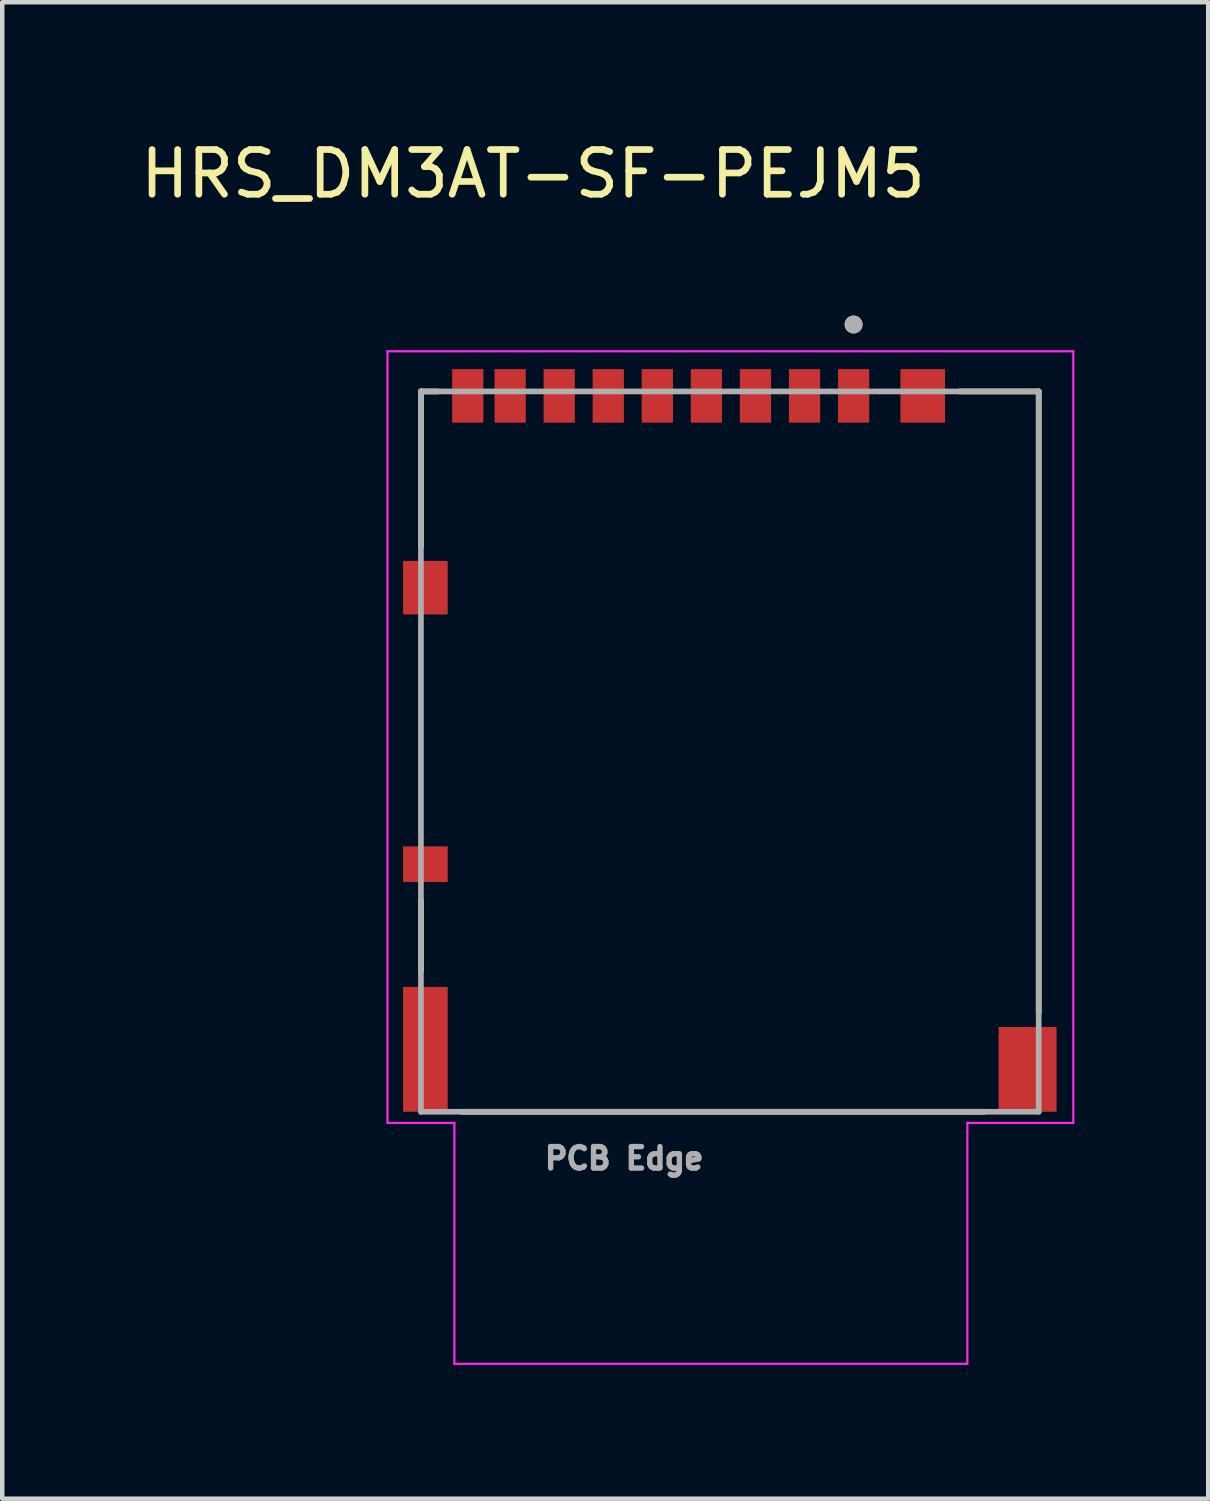
<source format=kicad_pcb>
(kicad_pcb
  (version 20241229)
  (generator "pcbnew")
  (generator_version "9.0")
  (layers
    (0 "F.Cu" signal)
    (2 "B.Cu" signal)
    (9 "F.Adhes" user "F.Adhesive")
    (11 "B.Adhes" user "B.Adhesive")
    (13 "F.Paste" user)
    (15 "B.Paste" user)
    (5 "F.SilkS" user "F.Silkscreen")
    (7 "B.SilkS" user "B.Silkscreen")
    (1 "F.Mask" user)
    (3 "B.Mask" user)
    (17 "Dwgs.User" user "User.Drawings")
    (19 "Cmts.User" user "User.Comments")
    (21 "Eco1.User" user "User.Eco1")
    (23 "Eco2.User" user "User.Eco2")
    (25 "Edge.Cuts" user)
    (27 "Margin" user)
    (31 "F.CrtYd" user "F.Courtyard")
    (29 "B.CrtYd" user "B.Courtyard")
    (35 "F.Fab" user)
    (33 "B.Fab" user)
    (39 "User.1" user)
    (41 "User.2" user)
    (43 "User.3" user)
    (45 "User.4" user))
  (footprint "HRS_DM3AT-SF-PEJM5"
    (layer "F.Cu")
    (at 13.312 13.8)
    (property "Reference" "HRS_DM3AT-SF-PEJM5" (at -4.412 -12.951 0) (layer "F.SilkS") (effects (font (size 1.002 1.002) (thickness 0.15))))
    (attr smd)
    (fp_line (start -6.925 -8.075) (end -6.545 -8.075) (stroke (width 0.127) (type solid)) (layer "F.SilkS"))
    (fp_line (start -6.925 -4.595) (end -6.925 -8.075) (stroke (width 0.127) (type solid)) (layer "F.SilkS"))
    (fp_line (start -6.925 4.925) (end -6.925 3.325) (stroke (width 0.127) (type solid)) (layer "F.SilkS"))
    (fp_line (start -6.005 8.075) (end 5.705 8.075) (stroke (width 0.127) (type solid)) (layer "F.SilkS"))
    (fp_line (start 5.145 -8.075) (end 6.925 -8.075) (stroke (width 0.127) (type solid)) (layer "F.SilkS"))
    (fp_line (start 6.925 -8.075) (end 6.925 5.855) (stroke (width 0.127) (type solid)) (layer "F.SilkS"))
    (fp_circle (center 2.775 -9.575) (end 2.875 -9.575) (stroke (width 0.2) (type solid)) (fill no) (layer "F.SilkS"))
    (fp_line (start -7.675 -8.975) (end 7.7 -8.975) (stroke (width 0.05) (type solid)) (layer "F.CrtYd"))
    (fp_line (start -7.675 8.325) (end -7.675 -8.975) (stroke (width 0.05) (type solid)) (layer "F.CrtYd"))
    (fp_line (start -6.175 8.325) (end -7.675 8.325) (stroke (width 0.05) (type solid)) (layer "F.CrtYd"))
    (fp_line (start -6.175 13.725) (end -6.175 8.325) (stroke (width 0.05) (type solid)) (layer "F.CrtYd"))
    (fp_line (start 5.325 8.325) (end 5.325 13.725) (stroke (width 0.05) (type solid)) (layer "F.CrtYd"))
    (fp_line (start 5.325 13.725) (end -6.175 13.725) (stroke (width 0.05) (type solid)) (layer "F.CrtYd"))
    (fp_line (start 7.7 -8.975) (end 7.7 8.325) (stroke (width 0.05) (type solid)) (layer "F.CrtYd"))
    (fp_line (start 7.7 8.325) (end 5.325 8.325) (stroke (width 0.05) (type solid)) (layer "F.CrtYd"))
    (fp_line (start -6.925 -8.075) (end 6.925 -8.075) (stroke (width 0.127) (type solid)) (layer "F.Fab"))
    (fp_line (start -6.925 8.075) (end -6.925 -8.075) (stroke (width 0.127) (type solid)) (layer "F.Fab"))
    (fp_line (start 6.925 -8.075) (end 6.925 8.075) (stroke (width 0.127) (type solid)) (layer "F.Fab"))
    (fp_line (start 6.925 8.075) (end -6.925 8.075) (stroke (width 0.127) (type solid)) (layer "F.Fab"))
    (fp_circle (center 2.775 -9.575) (end 2.875 -9.575) (stroke (width 0.2) (type solid)) (fill no) (layer "F.Fab"))
    (fp_text user "PCB Edge" (at -2.368 9.12 0) (layer "F.Fab") (effects (font (size 0.481 0.481) (thickness 0.15))))
    (pad "1" smd rect (at 2.775 -7.975) (size 0.7 1.2) (layers "F.Cu" "F.Mask" "F.Paste"))
    (pad "2" smd rect (at 1.675 -7.975) (size 0.7 1.2) (layers "F.Cu" "F.Mask" "F.Paste"))
    (pad "3" smd rect (at 0.575 -7.975) (size 0.7 1.2) (layers "F.Cu" "F.Mask" "F.Paste"))
    (pad "4" smd rect (at -0.525 -7.975) (size 0.7 1.2) (layers "F.Cu" "F.Mask" "F.Paste"))
    (pad "5" smd rect (at -1.625 -7.975) (size 0.7 1.2) (layers "F.Cu" "F.Mask" "F.Paste"))
    (pad "6" smd rect (at -2.725 -7.975) (size 0.7 1.2) (layers "F.Cu" "F.Mask" "F.Paste"))
    (pad "7" smd rect (at -3.825 -7.975) (size 0.7 1.2) (layers "F.Cu" "F.Mask" "F.Paste"))
    (pad "8" smd rect (at -4.925 -7.975) (size 0.7 1.2) (layers "F.Cu" "F.Mask" "F.Paste"))
    (pad "P1" smd rect (at -6.825 -3.675) (size 1 1.2) (layers "F.Cu" "F.Mask" "F.Paste"))
    (pad "P2" smd rect (at -6.825 6.675) (size 1 2.8) (layers "F.Cu" "F.Mask" "F.Paste"))
    (pad "P3" smd rect (at 6.675 7.125) (size 1.3 1.9) (layers "F.Cu" "F.Mask" "F.Paste"))
    (pad "P4" smd rect (at 4.325 -7.975) (size 1 1.2) (layers "F.Cu" "F.Mask" "F.Paste"))
    (pad "SWA" smd rect (at -6.825 2.525) (size 1 0.8) (layers "F.Cu" "F.Mask" "F.Paste"))
    (pad "SWB" smd rect (at -5.875 -7.975) (size 0.7 1.2) (layers "F.Cu" "F.Mask" "F.Paste"))
    (zone (net_name "") (layer "F.Cu") (hatch full 0.508) (connect_pads) (min_thickness 0.01) (filled_areas_thickness no) (keepout (tracks not_allowed) (vias not_allowed) (pads not_allowed) (copperpour not_allowed) (footprints allowed)) (placement (enabled no)) (fill) (polygon (pts (xy 6.087 6.275) (xy 6.837 6.275) (xy 6.837 9.525) (xy 6.087 9.525))))
    (zone (net_name "") (layer "F.Cu") (hatch full 0.508) (connect_pads) (min_thickness 0.01) (filled_areas_thickness no) (keepout (tracks not_allowed) (vias not_allowed) (pads not_allowed) (copperpour not_allowed) (footprints allowed)) (placement (enabled no)) (fill) (polygon (pts (xy 6.087 10.725) (xy 6.837 10.725) (xy 6.837 14.325) (xy 6.087 14.325))))
    (zone (net_name "") (layer "F.Cu") (hatch full 0.508) (connect_pads) (min_thickness 0.01) (filled_areas_thickness no) (keepout (tracks not_allowed) (vias not_allowed) (pads not_allowed) (copperpour not_allowed) (footprints allowed)) (placement (enabled no)) (fill) (polygon (pts (xy 7.187 12.125) (xy 7.887 12.125) (xy 7.887 19.725) (xy 7.187 19.725))))
    (zone (net_name "") (layer "F.Cu") (hatch full 0.508) (connect_pads) (min_thickness 0.01) (filled_areas_thickness no) (keepout (tracks not_allowed) (vias not_allowed) (pads not_allowed) (copperpour not_allowed) (footprints allowed)) (placement (enabled no)) (fill) (polygon (pts (xy 7.887 10.825) (xy 16.587 10.825) (xy 16.587 12.425) (xy 7.887 12.425))))
    (zone (net_name "") (layer "F.Cu") (hatch full 0.508) (connect_pads) (min_thickness 0.01) (filled_areas_thickness no) (keepout (tracks not_allowed) (vias not_allowed) (pads not_allowed) (copperpour not_allowed) (footprints allowed)) (placement (enabled no)) (fill) (polygon (pts (xy 16.237 20.525) (xy 18.787 20.525) (xy 18.787 21.875) (xy 16.237 21.875)))))
  (gr_rect
    (start -3 -3)
    (end 24.037 30.55)
    (stroke (width 0.1) (type default))
    (fill no)
    (layer "Edge.Cuts")))
</source>
